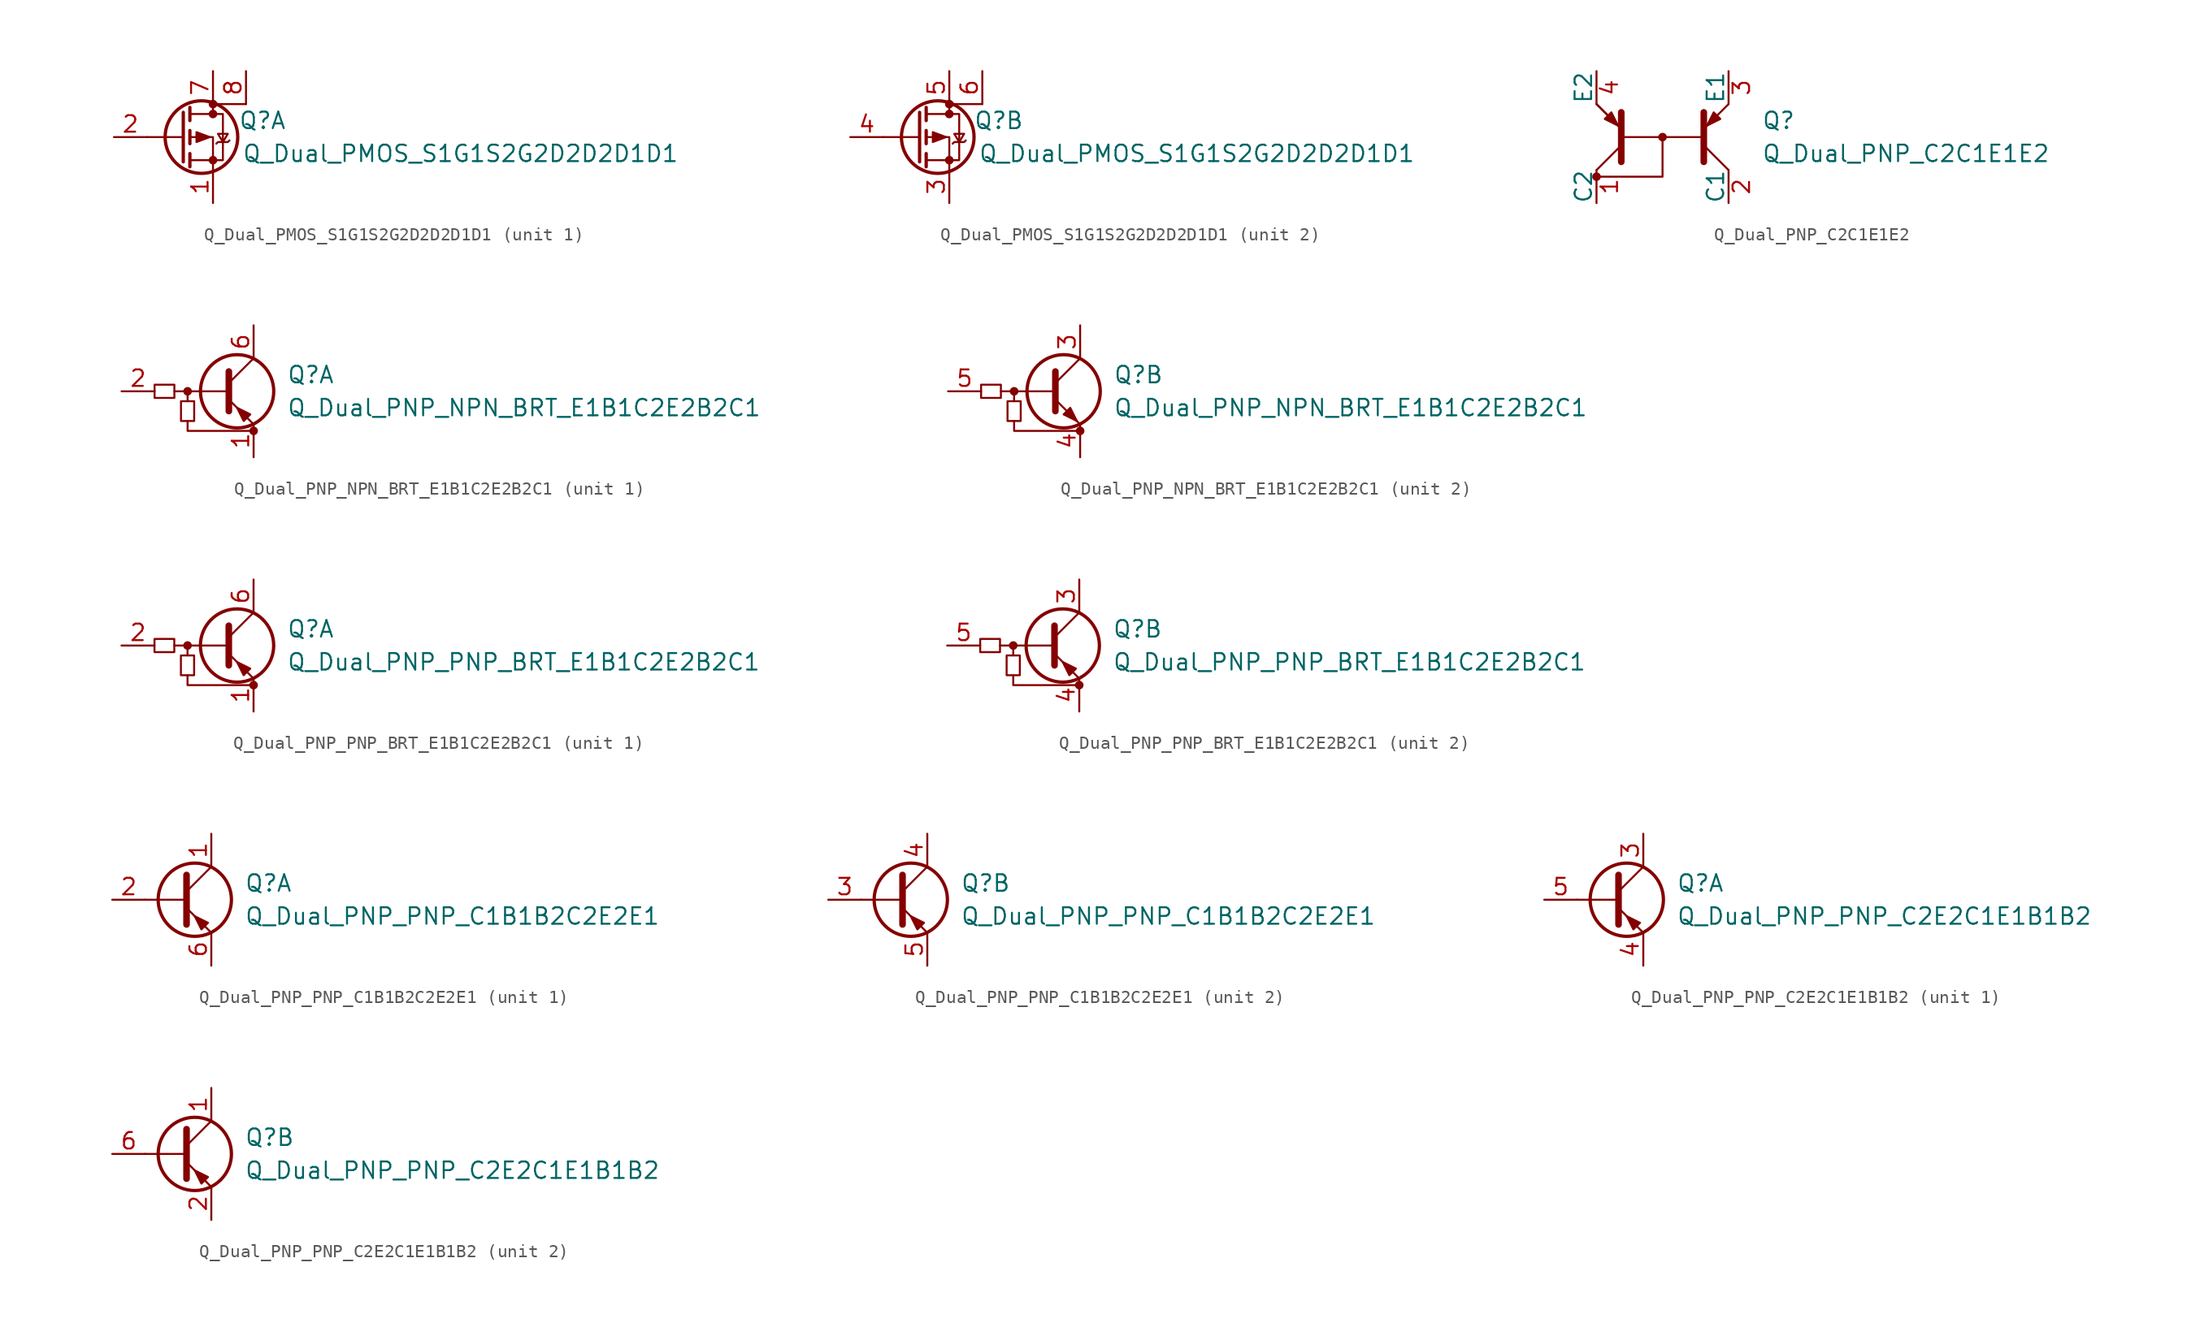
<source format=kicad_sym>
(kicad_symbol_lib
  (version 20241209)
  (generator "kicad_symbol_editor")
  (generator_version "9.0")
  (symbol "Q_Dual_PMOS_S1G1S2G2D2D2D1D1"
    (pin_names
      (offset 0)
      (hide yes))
    (property "Reference" "Q"
      (at 6.35 1.27 0)
      (effects (font (size 1.27 1.27))))
    (property "Value" "Q_Dual_PMOS_S1G1S2G2D2D2D1D1"
      (at 21.59 -1.27 0)
      (effects (font (size 1.27 1.27))))
    (symbol "Q_Dual_PMOS_S1G1S2G2D2D2D1D1_0_1"
      (polyline (pts (xy 0.254 1.905) (xy 0.254 -1.905)) (stroke (width 0.254) (type solid)) (fill (type none)))
      (polyline (pts (xy 0.254 0) (xy -2.54 0)) (stroke (width 0) (type solid)) (fill (type none)))
      (polyline (pts (xy 0.762 2.286) (xy 0.762 1.27)) (stroke (width 0.254) (type solid)) (fill (type none)))
      (polyline (pts (xy 0.762 1.778) (xy 3.302 1.778) (xy 3.302 -1.778) (xy 0.762 -1.778)) (stroke (width 0) (type solid)) (fill (type none)))
      (polyline (pts (xy 0.762 0.508) (xy 0.762 -0.508)) (stroke (width 0.254) (type solid)) (fill (type none)))
      (polyline (pts (xy 0.762 -1.27) (xy 0.762 -2.286)) (stroke (width 0.254) (type solid)) (fill (type none)))
      (circle (center 1.651 0) (radius 2.794) (stroke (width 0.254) (type solid)) (fill (type none)))
      (polyline (pts (xy 2.286 0) (xy 1.27 0.381) (xy 1.27 -0.381) (xy 2.286 0)) (stroke (width 0) (type solid)) (fill (type outline)))
      (polyline (pts (xy 2.54 2.54) (xy 2.54 1.778)) (stroke (width 0) (type solid)) (fill (type none)))
      (circle (center 2.54 2.54) (radius 0.254) (stroke (width 0) (type solid)) (fill (type outline)))
      (circle (center 2.54 1.778) (radius 0.254) (stroke (width 0) (type solid)) (fill (type outline)))
      (circle (center 2.54 -1.778) (radius 0.254) (stroke (width 0) (type solid)) (fill (type outline)))
      (polyline (pts (xy 2.54 -2.54) (xy 2.54 0) (xy 0.762 0)) (stroke (width 0) (type solid)) (fill (type none)))
      (polyline (pts (xy 2.794 -0.508) (xy 2.921 -0.381) (xy 3.683 -0.381) (xy 3.81 -0.254)) (stroke (width 0) (type solid)) (fill (type none)))
      (polyline (pts (xy 3.302 -0.381) (xy 2.921 0.254) (xy 3.683 0.254) (xy 3.302 -0.381)) (stroke (width 0) (type solid)) (fill (type none)))
      (rectangle (start 5.08 2.54) (end 2.54 2.54) (stroke (width 0) (type solid)) (fill (type none))))
    (symbol "Q_Dual_PMOS_S1G1S2G2D2D2D1D1_1_1"
      (pin input line (at -5.08 0 0) (length 2.54) (name "G" (effects (font (size 1.27 1.27)))) (number "2" (effects (font (size 1.27 1.27)))))
      (pin passive line (at 2.54 5.08 270) (length 2.54) (name "D" (effects (font (size 1.27 1.27)))) (number "7" (effects (font (size 1.27 1.27)))))
      (pin passive line (at 2.54 -5.08 90) (length 2.54) (name "S" (effects (font (size 1.27 1.27)))) (number "1" (effects (font (size 1.27 1.27)))))
      (pin passive line (at 5.08 5.08 270) (length 2.54) (name "G" (effects (font (size 1.27 1.27)))) (number "8" (effects (font (size 1.27 1.27))))))
    (symbol "Q_Dual_PMOS_S1G1S2G2D2D2D1D1_2_1"
      (pin input line (at -5.08 0 0) (length 2.54) (name "G" (effects (font (size 1.27 1.27)))) (number "4" (effects (font (size 1.27 1.27)))))
      (pin passive line (at 2.54 5.08 270) (length 2.54) (name "D" (effects (font (size 1.27 1.27)))) (number "5" (effects (font (size 1.27 1.27)))))
      (pin passive line (at 2.54 -5.08 90) (length 2.54) (name "S" (effects (font (size 1.27 1.27)))) (number "3" (effects (font (size 1.27 1.27)))))
      (pin passive line (at 5.08 5.08 270) (length 2.54) (name "G" (effects (font (size 1.27 1.27)))) (number "6" (effects (font (size 1.27 1.27)))))))
  (symbol "Q_Dual_PNP_C2C1E1E2"
    (pin_names
      (offset 0))
    (property "Reference" "Q"
      (at 7.62 1.27 0)
      (effects (font (size 1.27 1.27)) (justify left)))
    (property "Value" "Q_Dual_PNP_C2C1E1E2"
      (at 7.62 -1.27 0)
      (effects (font (size 1.27 1.27)) (justify left)))
    (symbol "Q_Dual_PNP_C2C1E1E2_0_1"
      (polyline (pts (xy -5.08 2.54) (xy -3.175 0.635)) (stroke (width 0) (type solid)) (fill (type none)))
      (polyline (pts (xy -5.08 2.54) (xy -3.175 0.635)) (stroke (width 0) (type solid)) (fill (type none)))
      (polyline (pts (xy -5.08 -2.54) (xy -3.175 -0.635)) (stroke (width 0) (type solid)) (fill (type none)))
      (circle (center -5.08 -3.048) (radius 0.254) (stroke (width 0) (type solid)) (fill (type outline)))
      (polyline (pts (xy -3.937 1.905) (xy -4.445 1.397) (xy -3.429 0.889) (xy -3.937 1.905) (xy -3.937 1.905)) (stroke (width 0) (type solid)) (fill (type outline)))
      (polyline (pts (xy -3.175 -1.905) (xy -3.175 1.905) (xy -3.175 1.905)) (stroke (width 0.508) (type solid)) (fill (type outline)))
      (polyline (pts (xy 0 0) (xy 0 -3.048) (xy -5.08 -3.048)) (stroke (width 0) (type solid)) (fill (type none)))
      (circle (center 0 0) (radius 0.254) (stroke (width 0) (type solid)) (fill (type outline)))
      (polyline (pts (xy 3.175 0) (xy -3.175 0)) (stroke (width 0) (type solid)) (fill (type none)))
      (polyline (pts (xy 3.175 -1.905) (xy 3.175 1.905) (xy 3.175 1.905)) (stroke (width 0.508) (type solid)) (fill (type outline)))
      (polyline (pts (xy 3.937 1.905) (xy 4.445 1.397) (xy 3.429 0.889) (xy 3.937 1.905) (xy 3.937 1.905)) (stroke (width 0) (type solid)) (fill (type outline)))
      (polyline (pts (xy 5.08 2.54) (xy 3.175 0.635)) (stroke (width 0) (type solid)) (fill (type none)))
      (polyline (pts (xy 5.08 -2.54) (xy 3.175 -0.635)) (stroke (width 0) (type solid)) (fill (type none))))
    (symbol "Q_Dual_PNP_C2C1E1E2_1_1"
      (pin passive line (at -5.08 5.08 270) (length 2.54) (name "E2" (effects (font (size 1.27 1.27)))) (number "4" (effects (font (size 1.27 1.27)))))
      (pin passive line (at -5.08 -5.08 90) (length 2.54) (name "C2" (effects (font (size 1.27 1.27)))) (number "1" (effects (font (size 1.27 1.27)))))
      (pin passive line (at 5.08 5.08 270) (length 2.54) (name "E1" (effects (font (size 1.27 1.27)))) (number "3" (effects (font (size 1.27 1.27)))))
      (pin passive line (at 5.08 -5.08 90) (length 2.54) (name "C1" (effects (font (size 1.27 1.27)))) (number "2" (effects (font (size 1.27 1.27)))))))
  (symbol "Q_Dual_PNP_NPN_BRT_E1B1C2E2B2C1"
    (pin_names
      (hide yes))
    (property "Reference" "Q"
      (at 3.81 1.27 0)
      (effects (font (size 1.27 1.27)) (justify left)))
    (property "Value" "Q_Dual_PNP_NPN_BRT_E1B1C2E2B2C1"
      (at 3.81 -1.27 0)
      (effects (font (size 1.27 1.27)) (justify left)))
    (symbol "Q_Dual_PNP_NPN_BRT_E1B1C2E2B2C1_0_1"
      (rectangle (start -6.35 0.508) (end -4.826 -0.508) (stroke (width 0) (type solid)) (fill (type none)))
      (rectangle (start -4.318 -2.286) (end -3.302 -0.762) (stroke (width 0) (type solid)) (fill (type none)))
      (circle (center -3.81 0) (radius 0.254) (stroke (width 0) (type solid)) (fill (type outline)))
      (polyline (pts (xy -3.81 -0.762) (xy -3.81 0)) (stroke (width 0) (type solid)) (fill (type none)))
      (polyline (pts (xy -3.81 -2.286) (xy -3.81 -3.048) (xy 1.27 -3.048)) (stroke (width 0) (type solid)) (fill (type none)))
      (polyline (pts (xy -0.762 0) (xy -4.826 0)) (stroke (width 0) (type solid)) (fill (type none)))
      (polyline (pts (xy -0.635 1.524) (xy -0.635 -1.524)) (stroke (width 0.508) (type solid)) (fill (type none)))
      (circle (center 1.27 -3.048) (radius 0.254) (stroke (width 0) (type solid)) (fill (type outline))))
    (symbol "Q_Dual_PNP_NPN_BRT_E1B1C2E2B2C1_1_1"
      (polyline (pts (xy -0.635 0.635) (xy 1.27 2.54)) (stroke (width 0) (type solid)) (fill (type none)))
      (polyline (pts (xy -0.635 -0.635) (xy 1.27 -2.54) (xy 1.27 -2.54)) (stroke (width 0) (type solid)) (fill (type none)))
      (circle (center 0 0) (radius 2.819) (stroke (width 0.254) (type solid)) (fill (type none)))
      (polyline (pts (xy 1.016 -1.778) (xy 0.508 -2.286) (xy 0 -1.27) (xy 1.016 -1.778) (xy 1.016 -1.778)) (stroke (width 0) (type solid)) (fill (type outline)))
      (pin input line (at -8.89 0 0) (length 2.54) (name "B1" (effects (font (size 1.27 1.27)))) (number "2" (effects (font (size 1.27 1.27)))))
      (pin passive line (at 1.27 5.08 270) (length 2.54) (name "C1" (effects (font (size 1.27 1.27)))) (number "6" (effects (font (size 1.27 1.27)))))
      (pin passive line (at 1.27 -5.08 90) (length 2.54) (name "E1" (effects (font (size 1.27 1.27)))) (number "1" (effects (font (size 1.27 1.27))))))
    (symbol "Q_Dual_PNP_NPN_BRT_E1B1C2E2B2C1_2_1"
      (polyline (pts (xy -0.635 0.635) (xy 1.27 2.54)) (stroke (width 0) (type solid)) (fill (type none)))
      (polyline (pts (xy -0.635 -0.635) (xy 1.27 -2.54) (xy 1.27 -2.54)) (stroke (width 0) (type solid)) (fill (type none)))
      (circle (center 0 0) (radius 2.819) (stroke (width 0.254) (type solid)) (fill (type none)))
      (polyline (pts (xy 0 -1.778) (xy 0.508 -1.27) (xy 1.016 -2.286) (xy 0 -1.778) (xy 0 -1.778)) (stroke (width 0) (type solid)) (fill (type outline)))
      (pin input line (at -8.89 0 0) (length 2.54) (name "B1" (effects (font (size 1.27 1.27)))) (number "5" (effects (font (size 1.27 1.27)))))
      (pin passive line (at 1.27 5.08 270) (length 2.54) (name "C1" (effects (font (size 1.27 1.27)))) (number "3" (effects (font (size 1.27 1.27)))))
      (pin passive line (at 1.27 -5.08 90) (length 2.54) (name "E1" (effects (font (size 1.27 1.27)))) (number "4" (effects (font (size 1.27 1.27)))))))
  (symbol "Q_Dual_PNP_PNP_BRT_E1B1C2E2B2C1"
    (pin_names
      (hide yes))
    (property "Reference" "Q"
      (at 3.81 1.27 0)
      (effects (font (size 1.27 1.27)) (justify left)))
    (property "Value" "Q_Dual_PNP_PNP_BRT_E1B1C2E2B2C1"
      (at 3.81 -1.27 0)
      (effects (font (size 1.27 1.27)) (justify left)))
    (symbol "Q_Dual_PNP_PNP_BRT_E1B1C2E2B2C1_0_1"
      (rectangle (start -6.35 0.508) (end -4.826 -0.508) (stroke (width 0) (type solid)) (fill (type none)))
      (rectangle (start -4.318 -2.286) (end -3.302 -0.762) (stroke (width 0) (type solid)) (fill (type none)))
      (circle (center -3.81 0) (radius 0.254) (stroke (width 0) (type solid)) (fill (type outline)))
      (polyline (pts (xy -3.81 -0.762) (xy -3.81 0)) (stroke (width 0) (type solid)) (fill (type none)))
      (polyline (pts (xy -3.81 -2.286) (xy -3.81 -3.048) (xy 1.27 -3.048)) (stroke (width 0) (type solid)) (fill (type none)))
      (polyline (pts (xy -0.762 0) (xy -4.826 0)) (stroke (width 0) (type solid)) (fill (type none)))
      (polyline (pts (xy -0.635 1.524) (xy -0.635 -1.524)) (stroke (width 0.508) (type solid)) (fill (type none)))
      (polyline (pts (xy 1.016 -1.778) (xy 0.508 -2.286) (xy 0 -1.27) (xy 1.016 -1.778) (xy 1.016 -1.778)) (stroke (width 0) (type solid)) (fill (type outline)))
      (circle (center 1.27 -3.048) (radius 0.254) (stroke (width 0) (type solid)) (fill (type outline))))
    (symbol "Q_Dual_PNP_PNP_BRT_E1B1C2E2B2C1_1_1"
      (polyline (pts (xy -0.635 0.635) (xy 1.27 2.54)) (stroke (width 0) (type solid)) (fill (type none)))
      (polyline (pts (xy -0.635 -0.635) (xy 1.27 -2.54) (xy 1.27 -2.54)) (stroke (width 0) (type solid)) (fill (type none)))
      (circle (center 0 0) (radius 2.819) (stroke (width 0.254) (type solid)) (fill (type none)))
      (pin input line (at -8.89 0 0) (length 2.54) (name "B1" (effects (font (size 1.27 1.27)))) (number "2" (effects (font (size 1.27 1.27)))))
      (pin passive line (at 1.27 5.08 270) (length 2.54) (name "C1" (effects (font (size 1.27 1.27)))) (number "6" (effects (font (size 1.27 1.27)))))
      (pin passive line (at 1.27 -5.08 90) (length 2.54) (name "E1" (effects (font (size 1.27 1.27)))) (number "1" (effects (font (size 1.27 1.27))))))
    (symbol "Q_Dual_PNP_PNP_BRT_E1B1C2E2B2C1_2_1"
      (polyline (pts (xy -0.635 0.635) (xy 1.27 2.54)) (stroke (width 0) (type solid)) (fill (type none)))
      (polyline (pts (xy -0.635 -0.635) (xy 1.27 -2.54) (xy 1.27 -2.54)) (stroke (width 0) (type solid)) (fill (type none)))
      (circle (center 0 0) (radius 2.819) (stroke (width 0.254) (type solid)) (fill (type none)))
      (pin input line (at -8.89 0 0) (length 2.54) (name "B2" (effects (font (size 1.27 1.27)))) (number "5" (effects (font (size 1.27 1.27)))))
      (pin passive line (at 1.27 5.08 270) (length 2.54) (name "C2" (effects (font (size 1.27 1.27)))) (number "3" (effects (font (size 1.27 1.27)))))
      (pin passive line (at 1.27 -5.08 90) (length 2.54) (name "E2" (effects (font (size 1.27 1.27)))) (number "4" (effects (font (size 1.27 1.27)))))))
  (symbol "Q_Dual_PNP_PNP_C1B1B2C2E2E1"
    (pin_names
      (offset 0)
      (hide yes))
    (property "Reference" "Q"
      (at 5.08 1.27 0)
      (effects (font (size 1.27 1.27)) (justify left)))
    (property "Value" "Q_Dual_PNP_PNP_C1B1B2C2E2E1"
      (at 5.08 -1.27 0)
      (effects (font (size 1.27 1.27)) (justify left)))
    (property "ki_locked" ""
      (at 0 0 0)
      (effects (font (size 1.27 1.27))))
    (symbol "Q_Dual_PNP_PNP_C1B1B2C2E2E1_0_1"
      (polyline (pts (xy 0.635 1.905) (xy 0.635 -1.905) (xy 0.635 -1.905)) (stroke (width 0.508) (type solid)) (fill (type none)))
      (polyline (pts (xy 0.635 0.635) (xy 2.54 2.54)) (stroke (width 0) (type solid)) (fill (type none)))
      (polyline (pts (xy 0.635 0) (xy -2.54 0)) (stroke (width 0) (type solid)) (fill (type none)))
      (polyline (pts (xy 0.635 -0.635) (xy 2.54 -2.54) (xy 2.54 -2.54)) (stroke (width 0) (type solid)) (fill (type none)))
      (circle (center 1.27 0) (radius 2.819) (stroke (width 0.254) (type solid)) (fill (type none)))
      (polyline (pts (xy 2.286 -1.778) (xy 1.778 -2.286) (xy 1.27 -1.27) (xy 2.286 -1.778) (xy 2.286 -1.778)) (stroke (width 0) (type solid)) (fill (type outline))))
    (symbol "Q_Dual_PNP_PNP_C1B1B2C2E2E1_1_1"
      (pin input line (at -5.08 0 0) (length 2.54) (name "B1" (effects (font (size 1.27 1.27)))) (number "2" (effects (font (size 1.27 1.27)))))
      (pin passive line (at 2.54 5.08 270) (length 2.54) (name "C1" (effects (font (size 1.27 1.27)))) (number "1" (effects (font (size 1.27 1.27)))))
      (pin passive line (at 2.54 -5.08 90) (length 2.54) (name "E1" (effects (font (size 1.27 1.27)))) (number "6" (effects (font (size 1.27 1.27))))))
    (symbol "Q_Dual_PNP_PNP_C1B1B2C2E2E1_2_1"
      (pin input line (at -5.08 0 0) (length 2.54) (name "B2" (effects (font (size 1.27 1.27)))) (number "3" (effects (font (size 1.27 1.27)))))
      (pin passive line (at 2.54 5.08 270) (length 2.54) (name "C2" (effects (font (size 1.27 1.27)))) (number "4" (effects (font (size 1.27 1.27)))))
      (pin passive line (at 2.54 -5.08 90) (length 2.54) (name "E2" (effects (font (size 1.27 1.27)))) (number "5" (effects (font (size 1.27 1.27)))))))
  (symbol "Q_Dual_PNP_PNP_C2E2C1E1B1B2"
    (pin_names
      (offset 0)
      (hide yes))
    (property "Reference" "Q"
      (at 5.08 1.27 0)
      (effects (font (size 1.27 1.27)) (justify left)))
    (property "Value" "Q_Dual_PNP_PNP_C2E2C1E1B1B2"
      (at 5.08 -1.27 0)
      (effects (font (size 1.27 1.27)) (justify left)))
    (property "ki_locked" ""
      (at 0 0 0)
      (effects (font (size 1.27 1.27))))
    (symbol "Q_Dual_PNP_PNP_C2E2C1E1B1B2_0_1"
      (polyline (pts (xy 0.635 1.905) (xy 0.635 -1.905) (xy 0.635 -1.905)) (stroke (width 0.508) (type solid)) (fill (type none)))
      (polyline (pts (xy 0.635 0.635) (xy 2.54 2.54)) (stroke (width 0) (type solid)) (fill (type none)))
      (polyline (pts (xy 0.635 0) (xy -2.54 0)) (stroke (width 0) (type solid)) (fill (type none)))
      (polyline (pts (xy 0.635 -0.635) (xy 2.54 -2.54) (xy 2.54 -2.54)) (stroke (width 0) (type solid)) (fill (type none)))
      (circle (center 1.27 0) (radius 2.819) (stroke (width 0.254) (type solid)) (fill (type none)))
      (polyline (pts (xy 2.286 -1.778) (xy 1.778 -2.286) (xy 1.27 -1.27) (xy 2.286 -1.778) (xy 2.286 -1.778)) (stroke (width 0) (type solid)) (fill (type outline))))
    (symbol "Q_Dual_PNP_PNP_C2E2C1E1B1B2_1_1"
      (pin input line (at -5.08 0 0) (length 2.54) (name "B1" (effects (font (size 1.27 1.27)))) (number "5" (effects (font (size 1.27 1.27)))))
      (pin passive line (at 2.54 5.08 270) (length 2.54) (name "C1" (effects (font (size 1.27 1.27)))) (number "3" (effects (font (size 1.27 1.27)))))
      (pin passive line (at 2.54 -5.08 90) (length 2.54) (name "E1" (effects (font (size 1.27 1.27)))) (number "4" (effects (font (size 1.27 1.27))))))
    (symbol "Q_Dual_PNP_PNP_C2E2C1E1B1B2_2_1"
      (pin input line (at -5.08 0 0) (length 2.54) (name "B2" (effects (font (size 1.27 1.27)))) (number "6" (effects (font (size 1.27 1.27)))))
      (pin passive line (at 2.54 5.08 270) (length 2.54) (name "C2" (effects (font (size 1.27 1.27)))) (number "1" (effects (font (size 1.27 1.27)))))
      (pin passive line (at 2.54 -5.08 90) (length 2.54) (name "E2" (effects (font (size 1.27 1.27)))) (number "2" (effects (font (size 1.27 1.27))))))))
</source>
